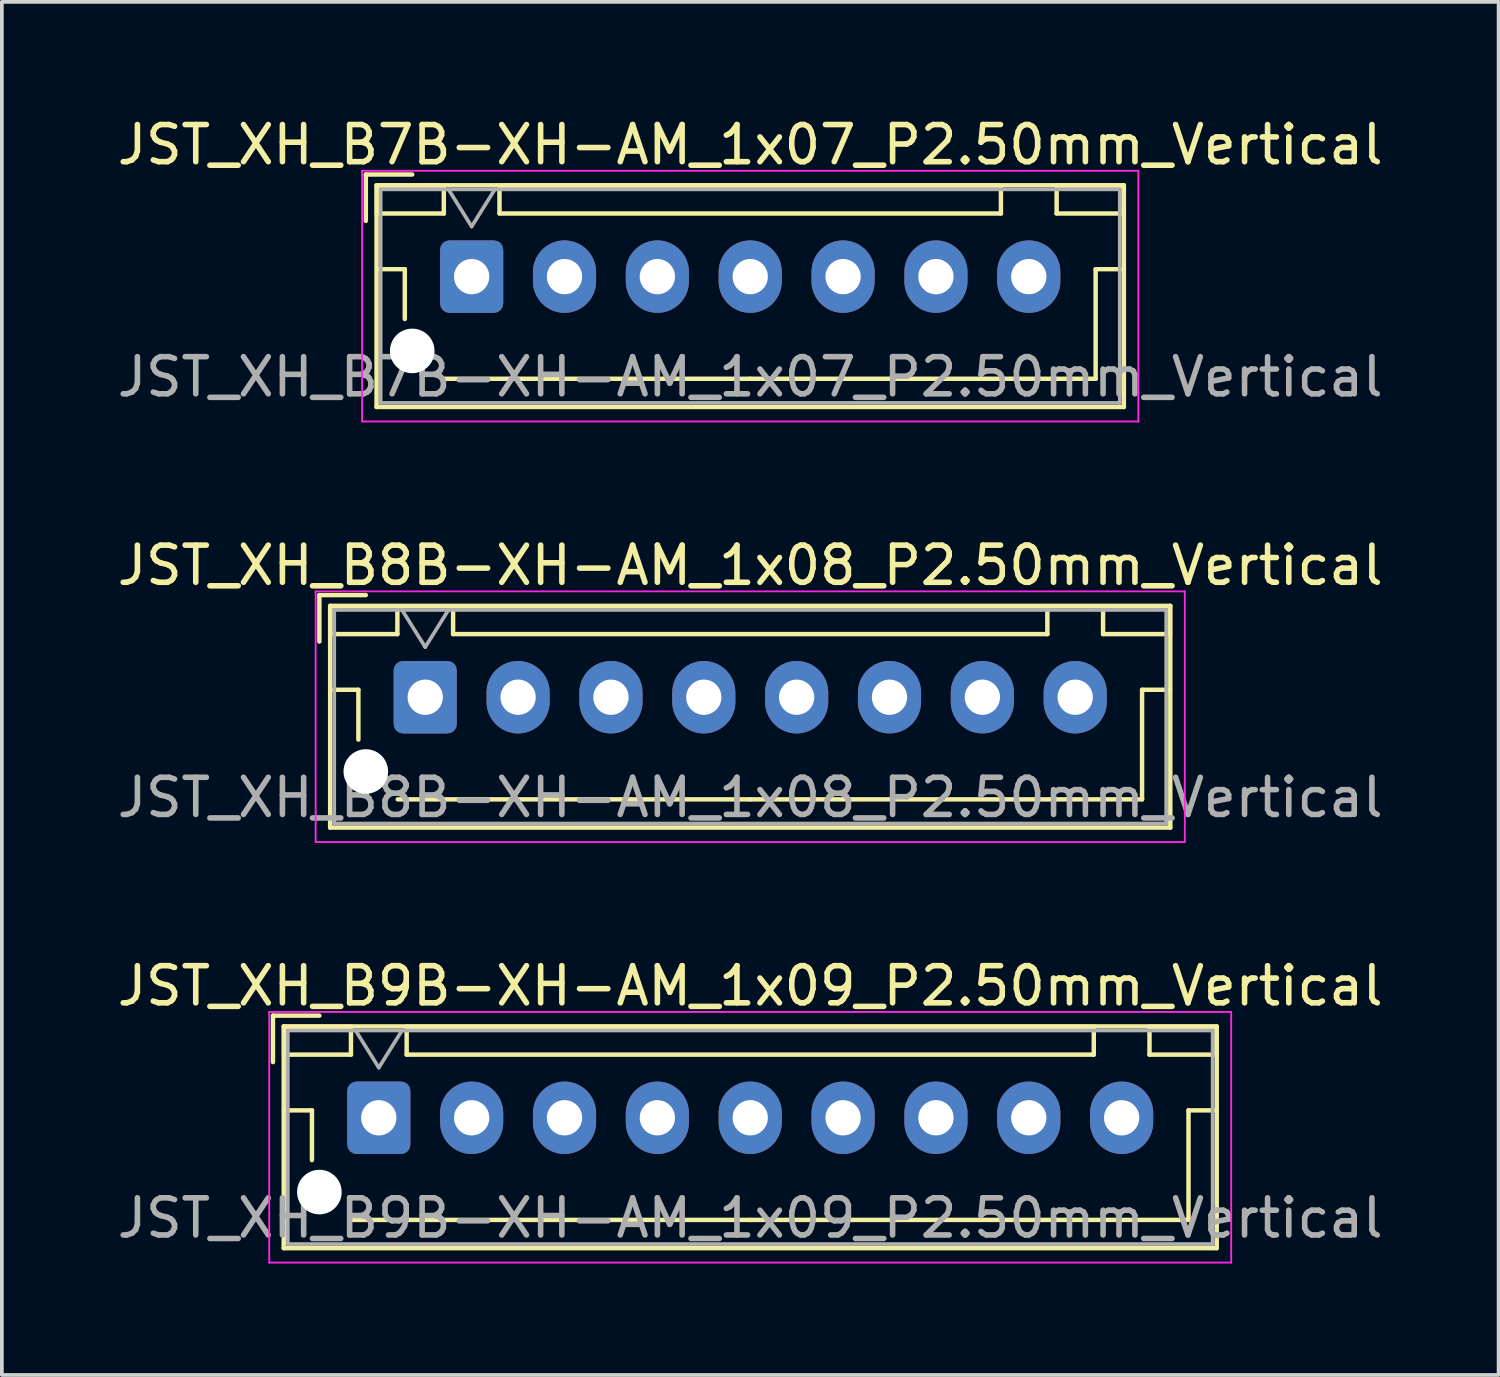
<source format=kicad_pcb>
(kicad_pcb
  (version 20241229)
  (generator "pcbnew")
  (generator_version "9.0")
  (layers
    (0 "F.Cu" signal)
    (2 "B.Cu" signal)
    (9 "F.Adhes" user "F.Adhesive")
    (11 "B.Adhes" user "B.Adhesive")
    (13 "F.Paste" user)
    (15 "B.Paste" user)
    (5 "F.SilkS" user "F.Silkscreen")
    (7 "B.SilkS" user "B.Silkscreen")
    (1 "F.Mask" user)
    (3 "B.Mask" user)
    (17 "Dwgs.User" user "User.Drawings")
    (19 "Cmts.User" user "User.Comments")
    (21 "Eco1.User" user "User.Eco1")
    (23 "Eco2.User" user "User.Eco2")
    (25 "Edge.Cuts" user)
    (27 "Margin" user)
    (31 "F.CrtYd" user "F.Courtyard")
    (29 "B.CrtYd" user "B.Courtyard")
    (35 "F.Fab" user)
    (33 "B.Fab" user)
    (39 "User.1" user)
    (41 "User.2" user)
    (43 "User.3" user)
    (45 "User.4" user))
  (footprint "JST_XH_B7B-XH-AM_1x07_P2.50mm_Vertical"
    (layer "F.Cu")
    (at 9.649 4.398)
    (property "Reference" "JST_XH_B7B-XH-AM_1x07_P2.50mm_Vertical" (at 7.5 -3.55 0) (layer "F.SilkS") (effects (font (size 1 1) (thickness 0.15))))
    (attr through_hole)
    (fp_line (start -2.85 -2.75) (end -2.85 -1.5) (stroke (width 0.12) (type solid)) (layer "F.SilkS"))
    (fp_line (start -2.56 -2.46) (end -2.56 3.51) (stroke (width 0.12) (type solid)) (layer "F.SilkS"))
    (fp_line (start -2.56 3.51) (end 17.56 3.51) (stroke (width 0.12) (type solid)) (layer "F.SilkS"))
    (fp_line (start -2.55 -2.45) (end -2.55 -1.7) (stroke (width 0.12) (type solid)) (layer "F.SilkS"))
    (fp_line (start -2.55 -1.7) (end -0.75 -1.7) (stroke (width 0.12) (type solid)) (layer "F.SilkS"))
    (fp_line (start -2.55 -0.2) (end -1.8 -0.2) (stroke (width 0.12) (type solid)) (layer "F.SilkS"))
    (fp_line (start -1.8 -0.2) (end -1.8 1.14) (stroke (width 0.12) (type solid)) (layer "F.SilkS"))
    (fp_line (start -1.6 -2.75) (end -2.85 -2.75) (stroke (width 0.12) (type solid)) (layer "F.SilkS"))
    (fp_line (start -0.75 -2.45) (end -2.55 -2.45) (stroke (width 0.12) (type solid)) (layer "F.SilkS"))
    (fp_line (start -0.75 -1.7) (end -0.75 -2.45) (stroke (width 0.12) (type solid)) (layer "F.SilkS"))
    (fp_line (start 0.75 -2.45) (end 0.75 -1.7) (stroke (width 0.12) (type solid)) (layer "F.SilkS"))
    (fp_line (start 0.75 -1.7) (end 14.25 -1.7) (stroke (width 0.12) (type solid)) (layer "F.SilkS"))
    (fp_line (start 7.5 2.75) (end -0.74 2.75) (stroke (width 0.12) (type solid)) (layer "F.SilkS"))
    (fp_line (start 14.25 -2.45) (end 0.75 -2.45) (stroke (width 0.12) (type solid)) (layer "F.SilkS"))
    (fp_line (start 14.25 -1.7) (end 14.25 -2.45) (stroke (width 0.12) (type solid)) (layer "F.SilkS"))
    (fp_line (start 15.75 -2.45) (end 15.75 -1.7) (stroke (width 0.12) (type solid)) (layer "F.SilkS"))
    (fp_line (start 15.75 -1.7) (end 17.55 -1.7) (stroke (width 0.12) (type solid)) (layer "F.SilkS"))
    (fp_line (start 16.8 -0.2) (end 16.8 2.75) (stroke (width 0.12) (type solid)) (layer "F.SilkS"))
    (fp_line (start 16.8 2.75) (end 7.5 2.75) (stroke (width 0.12) (type solid)) (layer "F.SilkS"))
    (fp_line (start 17.55 -2.45) (end 15.75 -2.45) (stroke (width 0.12) (type solid)) (layer "F.SilkS"))
    (fp_line (start 17.55 -1.7) (end 17.55 -2.45) (stroke (width 0.12) (type solid)) (layer "F.SilkS"))
    (fp_line (start 17.55 -0.2) (end 16.8 -0.2) (stroke (width 0.12) (type solid)) (layer "F.SilkS"))
    (fp_line (start 17.56 -2.46) (end -2.56 -2.46) (stroke (width 0.12) (type solid)) (layer "F.SilkS"))
    (fp_line (start 17.56 3.51) (end 17.56 -2.46) (stroke (width 0.12) (type solid)) (layer "F.SilkS"))
    (fp_line (start -2.95 -2.85) (end -2.95 3.9) (stroke (width 0.05) (type solid)) (layer "F.CrtYd"))
    (fp_line (start -2.95 3.9) (end 17.95 3.9) (stroke (width 0.05) (type solid)) (layer "F.CrtYd"))
    (fp_line (start 17.95 -2.85) (end -2.95 -2.85) (stroke (width 0.05) (type solid)) (layer "F.CrtYd"))
    (fp_line (start 17.95 3.9) (end 17.95 -2.85) (stroke (width 0.05) (type solid)) (layer "F.CrtYd"))
    (fp_line (start -2.45 -2.35) (end -2.45 3.4) (stroke (width 0.1) (type solid)) (layer "F.Fab"))
    (fp_line (start -2.45 3.4) (end 17.45 3.4) (stroke (width 0.1) (type solid)) (layer "F.Fab"))
    (fp_line (start -0.625 -2.35) (end 0 -1.35) (stroke (width 0.1) (type solid)) (layer "F.Fab"))
    (fp_line (start 0 -1.35) (end 0.625 -2.35) (stroke (width 0.1) (type solid)) (layer "F.Fab"))
    (fp_line (start 17.45 -2.35) (end -2.45 -2.35) (stroke (width 0.1) (type solid)) (layer "F.Fab"))
    (fp_line (start 17.45 3.4) (end 17.45 -2.35) (stroke (width 0.1) (type solid)) (layer "F.Fab"))
    (fp_text user "${REFERENCE}" (at 7.5 2.7 0) (layer "F.Fab") (effects (font (size 1 1) (thickness 0.15))))
    (pad "" np_thru_hole circle (at -1.6 2) (size 1.2 1.2) (drill 1.2) (layers "*.Cu" "*.Mask"))
    (pad "1" thru_hole roundrect (at 0 0) (size 1.7 1.95) (drill 0.95) (layers "*.Cu" "*.Mask") (roundrect_rratio 0.147))
    (pad "2" thru_hole oval (at 2.5 0) (size 1.7 1.95) (drill 0.95) (layers "*.Cu" "*.Mask"))
    (pad "3" thru_hole oval (at 5 0) (size 1.7 1.95) (drill 0.95) (layers "*.Cu" "*.Mask"))
    (pad "4" thru_hole oval (at 7.5 0) (size 1.7 1.95) (drill 0.95) (layers "*.Cu" "*.Mask"))
    (pad "5" thru_hole oval (at 10 0) (size 1.7 1.95) (drill 0.95) (layers "*.Cu" "*.Mask"))
    (pad "6" thru_hole oval (at 12.5 0) (size 1.7 1.95) (drill 0.95) (layers "*.Cu" "*.Mask"))
    (pad "7" thru_hole oval (at 15 0) (size 1.7 1.95) (drill 0.95) (layers "*.Cu" "*.Mask")))
  (footprint "JST_XH_B9B-XH-AM_1x09_P2.50mm_Vertical"
    (layer "F.Cu")
    (at 7.149 27.045)
    (property "Reference" "JST_XH_B9B-XH-AM_1x09_P2.50mm_Vertical" (at 10 -3.55 0) (layer "F.SilkS") (effects (font (size 1 1) (thickness 0.15))))
    (attr through_hole)
    (fp_line (start -2.85 -2.75) (end -2.85 -1.5) (stroke (width 0.12) (type solid)) (layer "F.SilkS"))
    (fp_line (start -2.56 -2.46) (end -2.56 3.51) (stroke (width 0.12) (type solid)) (layer "F.SilkS"))
    (fp_line (start -2.56 3.51) (end 22.56 3.51) (stroke (width 0.12) (type solid)) (layer "F.SilkS"))
    (fp_line (start -2.55 -2.45) (end -2.55 -1.7) (stroke (width 0.12) (type solid)) (layer "F.SilkS"))
    (fp_line (start -2.55 -1.7) (end -0.75 -1.7) (stroke (width 0.12) (type solid)) (layer "F.SilkS"))
    (fp_line (start -2.55 -0.2) (end -1.8 -0.2) (stroke (width 0.12) (type solid)) (layer "F.SilkS"))
    (fp_line (start -1.8 -0.2) (end -1.8 1.14) (stroke (width 0.12) (type solid)) (layer "F.SilkS"))
    (fp_line (start -1.6 -2.75) (end -2.85 -2.75) (stroke (width 0.12) (type solid)) (layer "F.SilkS"))
    (fp_line (start -0.75 -2.45) (end -2.55 -2.45) (stroke (width 0.12) (type solid)) (layer "F.SilkS"))
    (fp_line (start -0.75 -1.7) (end -0.75 -2.45) (stroke (width 0.12) (type solid)) (layer "F.SilkS"))
    (fp_line (start 0.75 -2.45) (end 0.75 -1.7) (stroke (width 0.12) (type solid)) (layer "F.SilkS"))
    (fp_line (start 0.75 -1.7) (end 19.25 -1.7) (stroke (width 0.12) (type solid)) (layer "F.SilkS"))
    (fp_line (start 10 2.75) (end -0.74 2.75) (stroke (width 0.12) (type solid)) (layer "F.SilkS"))
    (fp_line (start 19.25 -2.45) (end 0.75 -2.45) (stroke (width 0.12) (type solid)) (layer "F.SilkS"))
    (fp_line (start 19.25 -1.7) (end 19.25 -2.45) (stroke (width 0.12) (type solid)) (layer "F.SilkS"))
    (fp_line (start 20.75 -2.45) (end 20.75 -1.7) (stroke (width 0.12) (type solid)) (layer "F.SilkS"))
    (fp_line (start 20.75 -1.7) (end 22.55 -1.7) (stroke (width 0.12) (type solid)) (layer "F.SilkS"))
    (fp_line (start 21.8 -0.2) (end 21.8 2.75) (stroke (width 0.12) (type solid)) (layer "F.SilkS"))
    (fp_line (start 21.8 2.75) (end 10 2.75) (stroke (width 0.12) (type solid)) (layer "F.SilkS"))
    (fp_line (start 22.55 -2.45) (end 20.75 -2.45) (stroke (width 0.12) (type solid)) (layer "F.SilkS"))
    (fp_line (start 22.55 -1.7) (end 22.55 -2.45) (stroke (width 0.12) (type solid)) (layer "F.SilkS"))
    (fp_line (start 22.55 -0.2) (end 21.8 -0.2) (stroke (width 0.12) (type solid)) (layer "F.SilkS"))
    (fp_line (start 22.56 -2.46) (end -2.56 -2.46) (stroke (width 0.12) (type solid)) (layer "F.SilkS"))
    (fp_line (start 22.56 3.51) (end 22.56 -2.46) (stroke (width 0.12) (type solid)) (layer "F.SilkS"))
    (fp_line (start -2.95 -2.85) (end -2.95 3.9) (stroke (width 0.05) (type solid)) (layer "F.CrtYd"))
    (fp_line (start -2.95 3.9) (end 22.95 3.9) (stroke (width 0.05) (type solid)) (layer "F.CrtYd"))
    (fp_line (start 22.95 -2.85) (end -2.95 -2.85) (stroke (width 0.05) (type solid)) (layer "F.CrtYd"))
    (fp_line (start 22.95 3.9) (end 22.95 -2.85) (stroke (width 0.05) (type solid)) (layer "F.CrtYd"))
    (fp_line (start -2.45 -2.35) (end -2.45 3.4) (stroke (width 0.1) (type solid)) (layer "F.Fab"))
    (fp_line (start -2.45 3.4) (end 22.45 3.4) (stroke (width 0.1) (type solid)) (layer "F.Fab"))
    (fp_line (start -0.625 -2.35) (end 0 -1.35) (stroke (width 0.1) (type solid)) (layer "F.Fab"))
    (fp_line (start 0 -1.35) (end 0.625 -2.35) (stroke (width 0.1) (type solid)) (layer "F.Fab"))
    (fp_line (start 22.45 -2.35) (end -2.45 -2.35) (stroke (width 0.1) (type solid)) (layer "F.Fab"))
    (fp_line (start 22.45 3.4) (end 22.45 -2.35) (stroke (width 0.1) (type solid)) (layer "F.Fab"))
    (fp_text user "${REFERENCE}" (at 10 2.7 0) (layer "F.Fab") (effects (font (size 1 1) (thickness 0.15))))
    (pad "" np_thru_hole circle (at -1.6 2) (size 1.2 1.2) (drill 1.2) (layers "*.Cu" "*.Mask"))
    (pad "1" thru_hole roundrect (at 0 0) (size 1.7 1.95) (drill 0.95) (layers "*.Cu" "*.Mask") (roundrect_rratio 0.147))
    (pad "2" thru_hole oval (at 2.5 0) (size 1.7 1.95) (drill 0.95) (layers "*.Cu" "*.Mask"))
    (pad "3" thru_hole oval (at 5 0) (size 1.7 1.95) (drill 0.95) (layers "*.Cu" "*.Mask"))
    (pad "4" thru_hole oval (at 7.5 0) (size 1.7 1.95) (drill 0.95) (layers "*.Cu" "*.Mask"))
    (pad "5" thru_hole oval (at 10 0) (size 1.7 1.95) (drill 0.95) (layers "*.Cu" "*.Mask"))
    (pad "6" thru_hole oval (at 12.5 0) (size 1.7 1.95) (drill 0.95) (layers "*.Cu" "*.Mask"))
    (pad "7" thru_hole oval (at 15 0) (size 1.7 1.95) (drill 0.95) (layers "*.Cu" "*.Mask"))
    (pad "8" thru_hole oval (at 17.5 0) (size 1.7 1.95) (drill 0.95) (layers "*.Cu" "*.Mask"))
    (pad "9" thru_hole oval (at 20 0) (size 1.7 1.95) (drill 0.95) (layers "*.Cu" "*.Mask")))
  (footprint "JST_XH_B8B-XH-AM_1x08_P2.50mm_Vertical"
    (layer "F.Cu")
    (at 8.399 15.722)
    (property "Reference" "JST_XH_B8B-XH-AM_1x08_P2.50mm_Vertical" (at 8.75 -3.55 0) (layer "F.SilkS") (effects (font (size 1 1) (thickness 0.15))))
    (attr through_hole)
    (fp_line (start -2.85 -2.75) (end -2.85 -1.5) (stroke (width 0.12) (type solid)) (layer "F.SilkS"))
    (fp_line (start -2.56 -2.46) (end -2.56 3.51) (stroke (width 0.12) (type solid)) (layer "F.SilkS"))
    (fp_line (start -2.56 3.51) (end 20.06 3.51) (stroke (width 0.12) (type solid)) (layer "F.SilkS"))
    (fp_line (start -2.55 -2.45) (end -2.55 -1.7) (stroke (width 0.12) (type solid)) (layer "F.SilkS"))
    (fp_line (start -2.55 -1.7) (end -0.75 -1.7) (stroke (width 0.12) (type solid)) (layer "F.SilkS"))
    (fp_line (start -2.55 -0.2) (end -1.8 -0.2) (stroke (width 0.12) (type solid)) (layer "F.SilkS"))
    (fp_line (start -1.8 -0.2) (end -1.8 1.14) (stroke (width 0.12) (type solid)) (layer "F.SilkS"))
    (fp_line (start -1.6 -2.75) (end -2.85 -2.75) (stroke (width 0.12) (type solid)) (layer "F.SilkS"))
    (fp_line (start -0.75 -2.45) (end -2.55 -2.45) (stroke (width 0.12) (type solid)) (layer "F.SilkS"))
    (fp_line (start -0.75 -1.7) (end -0.75 -2.45) (stroke (width 0.12) (type solid)) (layer "F.SilkS"))
    (fp_line (start 0.75 -2.45) (end 0.75 -1.7) (stroke (width 0.12) (type solid)) (layer "F.SilkS"))
    (fp_line (start 0.75 -1.7) (end 16.75 -1.7) (stroke (width 0.12) (type solid)) (layer "F.SilkS"))
    (fp_line (start 8.75 2.75) (end -0.74 2.75) (stroke (width 0.12) (type solid)) (layer "F.SilkS"))
    (fp_line (start 16.75 -2.45) (end 0.75 -2.45) (stroke (width 0.12) (type solid)) (layer "F.SilkS"))
    (fp_line (start 16.75 -1.7) (end 16.75 -2.45) (stroke (width 0.12) (type solid)) (layer "F.SilkS"))
    (fp_line (start 18.25 -2.45) (end 18.25 -1.7) (stroke (width 0.12) (type solid)) (layer "F.SilkS"))
    (fp_line (start 18.25 -1.7) (end 20.05 -1.7) (stroke (width 0.12) (type solid)) (layer "F.SilkS"))
    (fp_line (start 19.3 -0.2) (end 19.3 2.75) (stroke (width 0.12) (type solid)) (layer "F.SilkS"))
    (fp_line (start 19.3 2.75) (end 8.75 2.75) (stroke (width 0.12) (type solid)) (layer "F.SilkS"))
    (fp_line (start 20.05 -2.45) (end 18.25 -2.45) (stroke (width 0.12) (type solid)) (layer "F.SilkS"))
    (fp_line (start 20.05 -1.7) (end 20.05 -2.45) (stroke (width 0.12) (type solid)) (layer "F.SilkS"))
    (fp_line (start 20.05 -0.2) (end 19.3 -0.2) (stroke (width 0.12) (type solid)) (layer "F.SilkS"))
    (fp_line (start 20.06 -2.46) (end -2.56 -2.46) (stroke (width 0.12) (type solid)) (layer "F.SilkS"))
    (fp_line (start 20.06 3.51) (end 20.06 -2.46) (stroke (width 0.12) (type solid)) (layer "F.SilkS"))
    (fp_line (start -2.95 -2.85) (end -2.95 3.9) (stroke (width 0.05) (type solid)) (layer "F.CrtYd"))
    (fp_line (start -2.95 3.9) (end 20.45 3.9) (stroke (width 0.05) (type solid)) (layer "F.CrtYd"))
    (fp_line (start 20.45 -2.85) (end -2.95 -2.85) (stroke (width 0.05) (type solid)) (layer "F.CrtYd"))
    (fp_line (start 20.45 3.9) (end 20.45 -2.85) (stroke (width 0.05) (type solid)) (layer "F.CrtYd"))
    (fp_line (start -2.45 -2.35) (end -2.45 3.4) (stroke (width 0.1) (type solid)) (layer "F.Fab"))
    (fp_line (start -2.45 3.4) (end 19.95 3.4) (stroke (width 0.1) (type solid)) (layer "F.Fab"))
    (fp_line (start -0.625 -2.35) (end 0 -1.35) (stroke (width 0.1) (type solid)) (layer "F.Fab"))
    (fp_line (start 0 -1.35) (end 0.625 -2.35) (stroke (width 0.1) (type solid)) (layer "F.Fab"))
    (fp_line (start 19.95 -2.35) (end -2.45 -2.35) (stroke (width 0.1) (type solid)) (layer "F.Fab"))
    (fp_line (start 19.95 3.4) (end 19.95 -2.35) (stroke (width 0.1) (type solid)) (layer "F.Fab"))
    (fp_text user "${REFERENCE}" (at 8.75 2.7 0) (layer "F.Fab") (effects (font (size 1 1) (thickness 0.15))))
    (pad "" np_thru_hole circle (at -1.6 2) (size 1.2 1.2) (drill 1.2) (layers "*.Cu" "*.Mask"))
    (pad "1" thru_hole roundrect (at 0 0) (size 1.7 1.95) (drill 0.95) (layers "*.Cu" "*.Mask") (roundrect_rratio 0.147))
    (pad "2" thru_hole oval (at 2.5 0) (size 1.7 1.95) (drill 0.95) (layers "*.Cu" "*.Mask"))
    (pad "3" thru_hole oval (at 5 0) (size 1.7 1.95) (drill 0.95) (layers "*.Cu" "*.Mask"))
    (pad "4" thru_hole oval (at 7.5 0) (size 1.7 1.95) (drill 0.95) (layers "*.Cu" "*.Mask"))
    (pad "5" thru_hole oval (at 10 0) (size 1.7 1.95) (drill 0.95) (layers "*.Cu" "*.Mask"))
    (pad "6" thru_hole oval (at 12.5 0) (size 1.7 1.95) (drill 0.95) (layers "*.Cu" "*.Mask"))
    (pad "7" thru_hole oval (at 15 0) (size 1.7 1.95) (drill 0.95) (layers "*.Cu" "*.Mask"))
    (pad "8" thru_hole oval (at 17.5 0) (size 1.7 1.95) (drill 0.95) (layers "*.Cu" "*.Mask")))
  (gr_rect
    (start -3 -3)
    (end 37.298 33.97)
    (stroke (width 0.1) (type default))
    (fill no)
    (layer "Edge.Cuts")))
</source>
